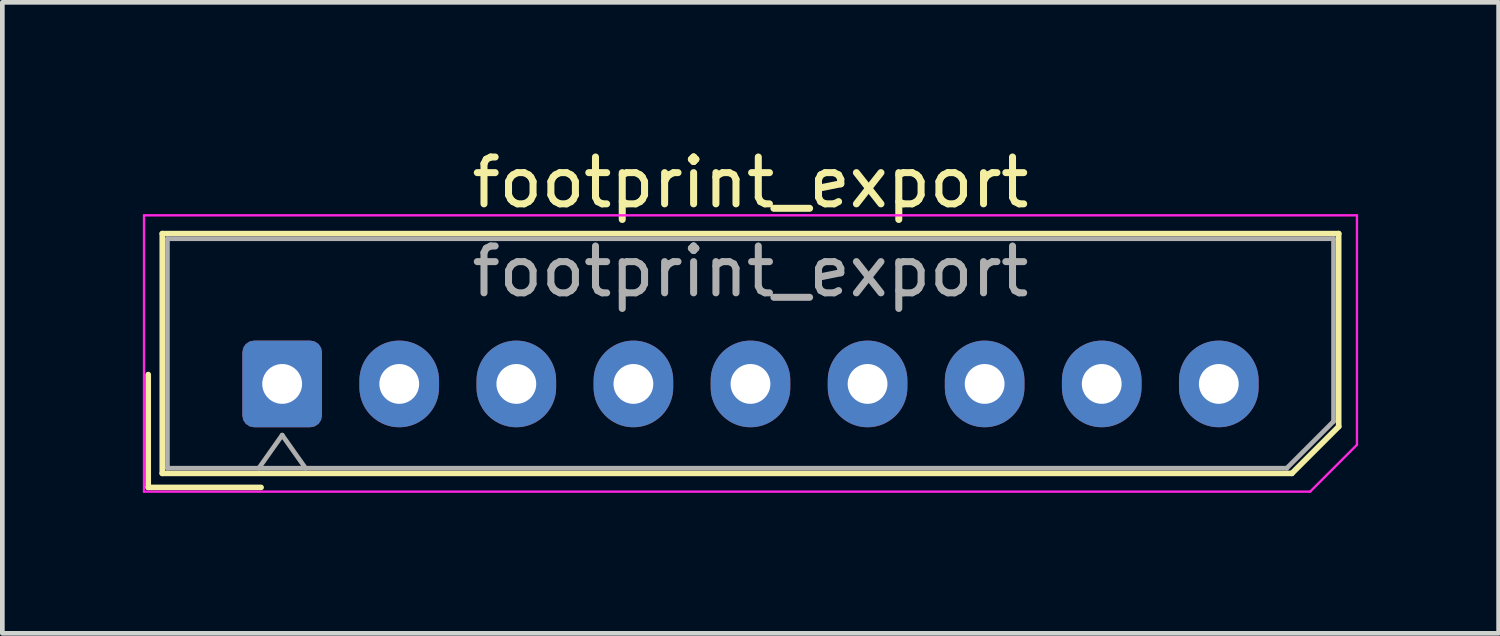
<source format=kicad_pcb>
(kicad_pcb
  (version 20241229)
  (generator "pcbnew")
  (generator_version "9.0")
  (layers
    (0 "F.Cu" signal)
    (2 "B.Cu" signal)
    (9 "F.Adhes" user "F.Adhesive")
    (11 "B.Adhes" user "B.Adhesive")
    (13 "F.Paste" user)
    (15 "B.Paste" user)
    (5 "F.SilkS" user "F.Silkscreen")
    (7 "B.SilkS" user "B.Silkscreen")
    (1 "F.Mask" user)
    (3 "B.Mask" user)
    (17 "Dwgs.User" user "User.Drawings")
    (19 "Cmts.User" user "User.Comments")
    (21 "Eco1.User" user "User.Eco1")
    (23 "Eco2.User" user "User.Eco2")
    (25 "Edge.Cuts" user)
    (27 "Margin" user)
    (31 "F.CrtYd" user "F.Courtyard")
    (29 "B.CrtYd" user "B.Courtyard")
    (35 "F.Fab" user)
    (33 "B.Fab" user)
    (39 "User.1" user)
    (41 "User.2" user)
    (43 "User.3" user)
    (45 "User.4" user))
  (footprint "footprint_export"
    (layer "F.Cu")
    (at 2.975 5.148)
    (property "Reference" "footprint_export" (at 10 -4.3 0) (layer "F.SilkS") (effects (font (size 1 1) (thickness 0.15))))
    (attr through_hole)
    (fp_line (start -2.86 -0.2) (end -2.86 2.21) (stroke (width 0.12) (type solid)) (layer "F.SilkS"))
    (fp_line (start -2.86 2.21) (end -0.45 2.21) (stroke (width 0.12) (type solid)) (layer "F.SilkS"))
    (fp_line (start -2.56 -3.21) (end -2.56 1.91) (stroke (width 0.12) (type solid)) (layer "F.SilkS"))
    (fp_line (start -2.56 1.91) (end 21.56 1.91) (stroke (width 0.12) (type solid)) (layer "F.SilkS"))
    (fp_line (start 21.56 1.91) (end 22.56 0.91) (stroke (width 0.12) (type solid)) (layer "F.SilkS"))
    (fp_line (start 22.56 -3.21) (end -2.56 -3.21) (stroke (width 0.12) (type solid)) (layer "F.SilkS"))
    (fp_line (start 22.56 0.91) (end 22.56 -3.21) (stroke (width 0.12) (type solid)) (layer "F.SilkS"))
    (fp_line (start -2.95 -3.6) (end -2.95 2.3) (stroke (width 0.05) (type solid)) (layer "F.CrtYd"))
    (fp_line (start -2.95 2.3) (end 21.95 2.3) (stroke (width 0.05) (type solid)) (layer "F.CrtYd"))
    (fp_line (start 21.95 2.3) (end 22.95 1.3) (stroke (width 0.05) (type solid)) (layer "F.CrtYd"))
    (fp_line (start 22.95 -3.6) (end -2.95 -3.6) (stroke (width 0.05) (type solid)) (layer "F.CrtYd"))
    (fp_line (start 22.95 1.3) (end 22.95 -3.6) (stroke (width 0.05) (type solid)) (layer "F.CrtYd"))
    (fp_line (start -2.45 -3.1) (end -2.45 1.8) (stroke (width 0.1) (type solid)) (layer "F.Fab"))
    (fp_line (start -2.45 1.8) (end 21.45 1.8) (stroke (width 0.1) (type solid)) (layer "F.Fab"))
    (fp_line (start -0.5 1.8) (end 0 1.093) (stroke (width 0.1) (type solid)) (layer "F.Fab"))
    (fp_line (start 0 1.093) (end 0.5 1.8) (stroke (width 0.1) (type solid)) (layer "F.Fab"))
    (fp_line (start 21.45 1.8) (end 22.45 0.8) (stroke (width 0.1) (type solid)) (layer "F.Fab"))
    (fp_line (start 22.45 -3.1) (end -2.45 -3.1) (stroke (width 0.1) (type solid)) (layer "F.Fab"))
    (fp_line (start 22.45 0.8) (end 22.45 -3.1) (stroke (width 0.1) (type solid)) (layer "F.Fab"))
    (fp_text user "${REFERENCE}" (at 10 -2.4 0) (layer "F.Fab") (effects (font (size 1 1) (thickness 0.15))))
    (pad "1" thru_hole roundrect (at 0 0) (size 1.7 1.85) (drill 0.85) (layers "*.Cu" "*.Mask") (roundrect_rratio 0.147))
    (pad "2" thru_hole oval (at 2.5 0) (size 1.7 1.85) (drill 0.85) (layers "*.Cu" "*.Mask"))
    (pad "3" thru_hole oval (at 5 0) (size 1.7 1.85) (drill 0.85) (layers "*.Cu" "*.Mask"))
    (pad "4" thru_hole oval (at 7.5 0) (size 1.7 1.85) (drill 0.85) (layers "*.Cu" "*.Mask"))
    (pad "5" thru_hole oval (at 10 0) (size 1.7 1.85) (drill 0.85) (layers "*.Cu" "*.Mask"))
    (pad "6" thru_hole oval (at 12.5 0) (size 1.7 1.85) (drill 0.85) (layers "*.Cu" "*.Mask"))
    (pad "7" thru_hole oval (at 15 0) (size 1.7 1.85) (drill 0.85) (layers "*.Cu" "*.Mask"))
    (pad "8" thru_hole oval (at 17.5 0) (size 1.7 1.85) (drill 0.85) (layers "*.Cu" "*.Mask"))
    (pad "9" thru_hole oval (at 20 0) (size 1.7 1.85) (drill 0.85) (layers "*.Cu" "*.Mask")))
  (gr_rect
    (start -3 -3)
    (end 28.95 10.473)
    (stroke (width 0.1) (type default))
    (fill no)
    (layer "Edge.Cuts")))
</source>
